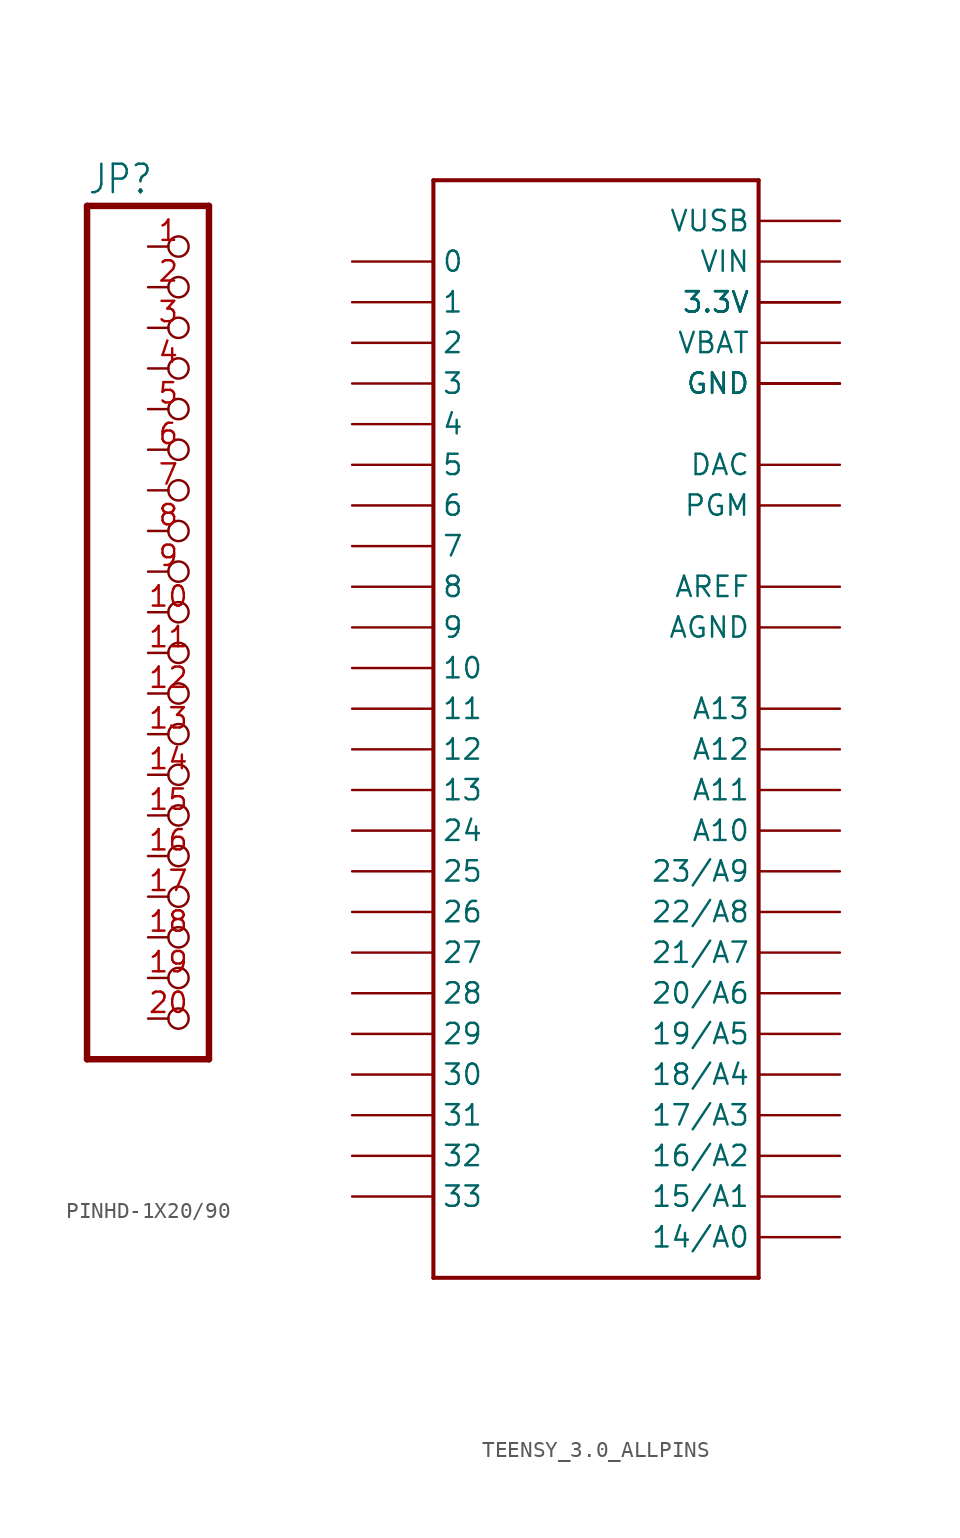
<source format=kicad_sym>
(kicad_symbol_lib
  (version 20220914)
  (generator kicad_symbol_editor)
  (symbol "PINHD-1X20/90"
    (property "Reference" "JP"
      (at -6.35 26.035 0)
      (effects (font (size 1.778 1.511)) (justify left bottom)))
    (property "Value" ""
      (at -6.35 -30.48 0)
      (effects (font (size 1.778 1.511)) (justify left bottom)))
    (property "ki_locked" ""
      (at 0 0 0)
      (effects (font (size 1.27 1.27))))
    (symbol "PINHD-1X20/90_1_0"
      (polyline (pts (xy -6.35 -27.94) (xy 1.27 -27.94)) (stroke (width 0.406) (type solid)) (fill (type none)))
      (polyline (pts (xy -6.35 25.4) (xy -6.35 -27.94)) (stroke (width 0.406) (type solid)) (fill (type none)))
      (polyline (pts (xy 1.27 -27.94) (xy 1.27 25.4)) (stroke (width 0.406) (type solid)) (fill (type none)))
      (polyline (pts (xy 1.27 25.4) (xy -6.35 25.4)) (stroke (width 0.406) (type solid)) (fill (type none)))
      (pin passive inverted (at -2.54 22.86 0) (length 2.54) (name "1" (effects (font (size 0 0)))) (number "1" (effects (font (size 1.27 1.27)))))
      (pin passive inverted (at -2.54 0 0) (length 2.54) (name "10" (effects (font (size 0 0)))) (number "10" (effects (font (size 1.27 1.27)))))
      (pin passive inverted (at -2.54 -2.54 0) (length 2.54) (name "11" (effects (font (size 0 0)))) (number "11" (effects (font (size 1.27 1.27)))))
      (pin passive inverted (at -2.54 -5.08 0) (length 2.54) (name "12" (effects (font (size 0 0)))) (number "12" (effects (font (size 1.27 1.27)))))
      (pin passive inverted (at -2.54 -7.62 0) (length 2.54) (name "13" (effects (font (size 0 0)))) (number "13" (effects (font (size 1.27 1.27)))))
      (pin passive inverted (at -2.54 -10.16 0) (length 2.54) (name "14" (effects (font (size 0 0)))) (number "14" (effects (font (size 1.27 1.27)))))
      (pin passive inverted (at -2.54 -12.7 0) (length 2.54) (name "15" (effects (font (size 0 0)))) (number "15" (effects (font (size 1.27 1.27)))))
      (pin passive inverted (at -2.54 -15.24 0) (length 2.54) (name "16" (effects (font (size 0 0)))) (number "16" (effects (font (size 1.27 1.27)))))
      (pin passive inverted (at -2.54 -17.78 0) (length 2.54) (name "17" (effects (font (size 0 0)))) (number "17" (effects (font (size 1.27 1.27)))))
      (pin passive inverted (at -2.54 -20.32 0) (length 2.54) (name "18" (effects (font (size 0 0)))) (number "18" (effects (font (size 1.27 1.27)))))
      (pin passive inverted (at -2.54 -22.86 0) (length 2.54) (name "19" (effects (font (size 0 0)))) (number "19" (effects (font (size 1.27 1.27)))))
      (pin passive inverted (at -2.54 20.32 0) (length 2.54) (name "2" (effects (font (size 0 0)))) (number "2" (effects (font (size 1.27 1.27)))))
      (pin passive inverted (at -2.54 -25.4 0) (length 2.54) (name "20" (effects (font (size 0 0)))) (number "20" (effects (font (size 1.27 1.27)))))
      (pin passive inverted (at -2.54 17.78 0) (length 2.54) (name "3" (effects (font (size 0 0)))) (number "3" (effects (font (size 1.27 1.27)))))
      (pin passive inverted (at -2.54 15.24 0) (length 2.54) (name "4" (effects (font (size 0 0)))) (number "4" (effects (font (size 1.27 1.27)))))
      (pin passive inverted (at -2.54 12.7 0) (length 2.54) (name "5" (effects (font (size 0 0)))) (number "5" (effects (font (size 1.27 1.27)))))
      (pin passive inverted (at -2.54 10.16 0) (length 2.54) (name "6" (effects (font (size 0 0)))) (number "6" (effects (font (size 1.27 1.27)))))
      (pin passive inverted (at -2.54 7.62 0) (length 2.54) (name "7" (effects (font (size 0 0)))) (number "7" (effects (font (size 1.27 1.27)))))
      (pin passive inverted (at -2.54 5.08 0) (length 2.54) (name "8" (effects (font (size 0 0)))) (number "8" (effects (font (size 1.27 1.27)))))
      (pin passive inverted (at -2.54 2.54 0) (length 2.54) (name "9" (effects (font (size 0 0)))) (number "9" (effects (font (size 1.27 1.27)))))))
  (symbol "TEENSY_3.0_ALLPINS"
    (property "Reference" ""
      (at -3.048 34.29 0)
      (effects (font (size 1.27 1.27) bold) (justify left bottom) hide))
    (property "Value" ""
      (at -2.794 -38.1 0)
      (effects (font (size 1.27 1.27) bold) (justify left bottom)))
    (property "ki_locked" ""
      (at 0 0 0)
      (effects (font (size 1.27 1.27))))
    (symbol "TEENSY_3.0_ALLPINS_1_0"
      (polyline (pts (xy -10.16 -35.56) (xy 10.16 -35.56)) (stroke (width 0.254) (type solid)) (fill (type none)))
      (polyline (pts (xy -10.16 33.02) (xy -10.16 -35.56)) (stroke (width 0.254) (type solid)) (fill (type none)))
      (polyline (pts (xy 10.16 -35.56) (xy 10.16 33.02)) (stroke (width 0.254) (type solid)) (fill (type none)))
      (polyline (pts (xy 10.16 33.02) (xy -10.16 33.02)) (stroke (width 0.254) (type solid)) (fill (type none)))
      (pin bidirectional line (at -15.24 27.94 0) (length 5.08) (name "0" (effects (font (size 1.27 1.27)))) (number "0" (effects (font (size 0 0)))))
      (pin bidirectional line (at -15.24 25.4 0) (length 5.08) (name "1" (effects (font (size 1.27 1.27)))) (number "1" (effects (font (size 0 0)))))
      (pin bidirectional line (at -15.24 2.54 0) (length 5.08) (name "10" (effects (font (size 1.27 1.27)))) (number "10" (effects (font (size 0 0)))))
      (pin bidirectional line (at -15.24 0 0) (length 5.08) (name "11" (effects (font (size 1.27 1.27)))) (number "11" (effects (font (size 0 0)))))
      (pin bidirectional line (at -15.24 -2.54 0) (length 5.08) (name "12" (effects (font (size 1.27 1.27)))) (number "12" (effects (font (size 0 0)))))
      (pin bidirectional line (at -15.24 -5.08 0) (length 5.08) (name "13" (effects (font (size 1.27 1.27)))) (number "13" (effects (font (size 0 0)))))
      (pin bidirectional line (at 15.24 -33.02 180) (length 5.08) (name "14/A0" (effects (font (size 1.27 1.27)))) (number "14/A0" (effects (font (size 0 0)))))
      (pin bidirectional line (at 15.24 -30.48 180) (length 5.08) (name "15/A1" (effects (font (size 1.27 1.27)))) (number "15/A1" (effects (font (size 0 0)))))
      (pin bidirectional line (at 15.24 -27.94 180) (length 5.08) (name "16/A2" (effects (font (size 1.27 1.27)))) (number "16/A2" (effects (font (size 0 0)))))
      (pin bidirectional line (at 15.24 -25.4 180) (length 5.08) (name "17/A3" (effects (font (size 1.27 1.27)))) (number "17/A3" (effects (font (size 0 0)))))
      (pin bidirectional line (at 15.24 -22.86 180) (length 5.08) (name "18/A4" (effects (font (size 1.27 1.27)))) (number "18/A4" (effects (font (size 0 0)))))
      (pin bidirectional line (at 15.24 -20.32 180) (length 5.08) (name "19/A5" (effects (font (size 1.27 1.27)))) (number "19/A5" (effects (font (size 0 0)))))
      (pin bidirectional line (at -15.24 22.86 0) (length 5.08) (name "2" (effects (font (size 1.27 1.27)))) (number "2" (effects (font (size 0 0)))))
      (pin bidirectional line (at 15.24 -17.78 180) (length 5.08) (name "20/A6" (effects (font (size 1.27 1.27)))) (number "20/A6" (effects (font (size 0 0)))))
      (pin bidirectional line (at 15.24 -15.24 180) (length 5.08) (name "21/A7" (effects (font (size 1.27 1.27)))) (number "21/A7" (effects (font (size 0 0)))))
      (pin bidirectional line (at 15.24 -12.7 180) (length 5.08) (name "22/A8" (effects (font (size 1.27 1.27)))) (number "22/A8" (effects (font (size 0 0)))))
      (pin bidirectional line (at 15.24 -10.16 180) (length 5.08) (name "23/A9" (effects (font (size 1.27 1.27)))) (number "23/A9" (effects (font (size 0 0)))))
      (pin bidirectional line (at -15.24 -7.62 0) (length 5.08) (name "24" (effects (font (size 1.27 1.27)))) (number "24" (effects (font (size 0 0)))))
      (pin bidirectional line (at -15.24 -10.16 0) (length 5.08) (name "25" (effects (font (size 1.27 1.27)))) (number "25" (effects (font (size 0 0)))))
      (pin bidirectional line (at -15.24 -12.7 0) (length 5.08) (name "26" (effects (font (size 1.27 1.27)))) (number "26" (effects (font (size 0 0)))))
      (pin bidirectional line (at -15.24 -15.24 0) (length 5.08) (name "27" (effects (font (size 1.27 1.27)))) (number "27" (effects (font (size 0 0)))))
      (pin bidirectional line (at -15.24 -17.78 0) (length 5.08) (name "28" (effects (font (size 1.27 1.27)))) (number "28" (effects (font (size 0 0)))))
      (pin bidirectional line (at -15.24 -20.32 0) (length 5.08) (name "29" (effects (font (size 1.27 1.27)))) (number "29" (effects (font (size 0 0)))))
      (pin bidirectional line (at -15.24 20.32 0) (length 5.08) (name "3" (effects (font (size 1.27 1.27)))) (number "3" (effects (font (size 0 0)))))
      (pin power_in line (at 15.24 25.4 180) (length 5.08) (name "3.3V" (effects (font (size 1.27 1.27)))) (number "3.3V" (effects (font (size 0 0)))))
      (pin power_in line (at 15.24 25.4 180) (length 5.08) (name "3.3V" (effects (font (size 1.27 1.27)))) (number "3.3V1" (effects (font (size 0 0)))))
      (pin power_in line (at 15.24 25.4 180) (length 5.08) (name "3.3V" (effects (font (size 1.27 1.27)))) (number "3.3V2" (effects (font (size 0 0)))))
      (pin bidirectional line (at -15.24 -22.86 0) (length 5.08) (name "30" (effects (font (size 1.27 1.27)))) (number "30" (effects (font (size 0 0)))))
      (pin bidirectional line (at -15.24 -25.4 0) (length 5.08) (name "31" (effects (font (size 1.27 1.27)))) (number "31" (effects (font (size 0 0)))))
      (pin bidirectional line (at -15.24 -27.94 0) (length 5.08) (name "32" (effects (font (size 1.27 1.27)))) (number "32" (effects (font (size 0 0)))))
      (pin bidirectional line (at -15.24 -30.48 0) (length 5.08) (name "33" (effects (font (size 1.27 1.27)))) (number "33" (effects (font (size 0 0)))))
      (pin bidirectional line (at -15.24 17.78 0) (length 5.08) (name "4" (effects (font (size 1.27 1.27)))) (number "4" (effects (font (size 0 0)))))
      (pin bidirectional line (at -15.24 15.24 0) (length 5.08) (name "5" (effects (font (size 1.27 1.27)))) (number "5" (effects (font (size 0 0)))))
      (pin bidirectional line (at -15.24 12.7 0) (length 5.08) (name "6" (effects (font (size 1.27 1.27)))) (number "6" (effects (font (size 0 0)))))
      (pin bidirectional line (at -15.24 10.16 0) (length 5.08) (name "7" (effects (font (size 1.27 1.27)))) (number "7" (effects (font (size 0 0)))))
      (pin bidirectional line (at -15.24 7.62 0) (length 5.08) (name "8" (effects (font (size 1.27 1.27)))) (number "8" (effects (font (size 0 0)))))
      (pin bidirectional line (at -15.24 5.08 0) (length 5.08) (name "9" (effects (font (size 1.27 1.27)))) (number "9" (effects (font (size 0 0)))))
      (pin bidirectional line (at 15.24 -7.62 180) (length 5.08) (name "A10" (effects (font (size 1.27 1.27)))) (number "A10" (effects (font (size 0 0)))))
      (pin bidirectional line (at 15.24 -5.08 180) (length 5.08) (name "A11" (effects (font (size 1.27 1.27)))) (number "A11" (effects (font (size 0 0)))))
      (pin bidirectional line (at 15.24 -2.54 180) (length 5.08) (name "A12" (effects (font (size 1.27 1.27)))) (number "A12" (effects (font (size 0 0)))))
      (pin bidirectional line (at 15.24 0 180) (length 5.08) (name "A13" (effects (font (size 1.27 1.27)))) (number "A13" (effects (font (size 0 0)))))
      (pin power_in line (at 15.24 5.08 180) (length 5.08) (name "AGND" (effects (font (size 1.27 1.27)))) (number "AGND" (effects (font (size 0 0)))))
      (pin power_in line (at 15.24 7.62 180) (length 5.08) (name "AREF" (effects (font (size 1.27 1.27)))) (number "AREF" (effects (font (size 0 0)))))
      (pin power_in line (at 15.24 20.32 180) (length 5.08) (name "GND" (effects (font (size 1.27 1.27)))) (number "GND" (effects (font (size 0 0)))))
      (pin power_in line (at 15.24 20.32 180) (length 5.08) (name "GND" (effects (font (size 1.27 1.27)))) (number "GND1" (effects (font (size 0 0)))))
      (pin power_in line (at 15.24 20.32 180) (length 5.08) (name "GND" (effects (font (size 1.27 1.27)))) (number "GND2" (effects (font (size 0 0)))))
      (pin bidirectional line (at 15.24 12.7 180) (length 5.08) (name "PGM" (effects (font (size 1.27 1.27)))) (number "PGM" (effects (font (size 0 0)))))
      (pin bidirectional line (at 15.24 15.24 180) (length 5.08) (name "DAC" (effects (font (size 1.27 1.27)))) (number "RESET" (effects (font (size 0 0)))))
      (pin power_in line (at 15.24 22.86 180) (length 5.08) (name "VBAT" (effects (font (size 1.27 1.27)))) (number "VBAT" (effects (font (size 0 0)))))
      (pin power_in line (at 15.24 27.94 180) (length 5.08) (name "VIN" (effects (font (size 1.27 1.27)))) (number "VIN" (effects (font (size 0 0)))))
      (pin power_in line (at 15.24 30.48 180) (length 5.08) (name "VUSB" (effects (font (size 1.27 1.27)))) (number "VUSB" (effects (font (size 0 0))))))))
</source>
